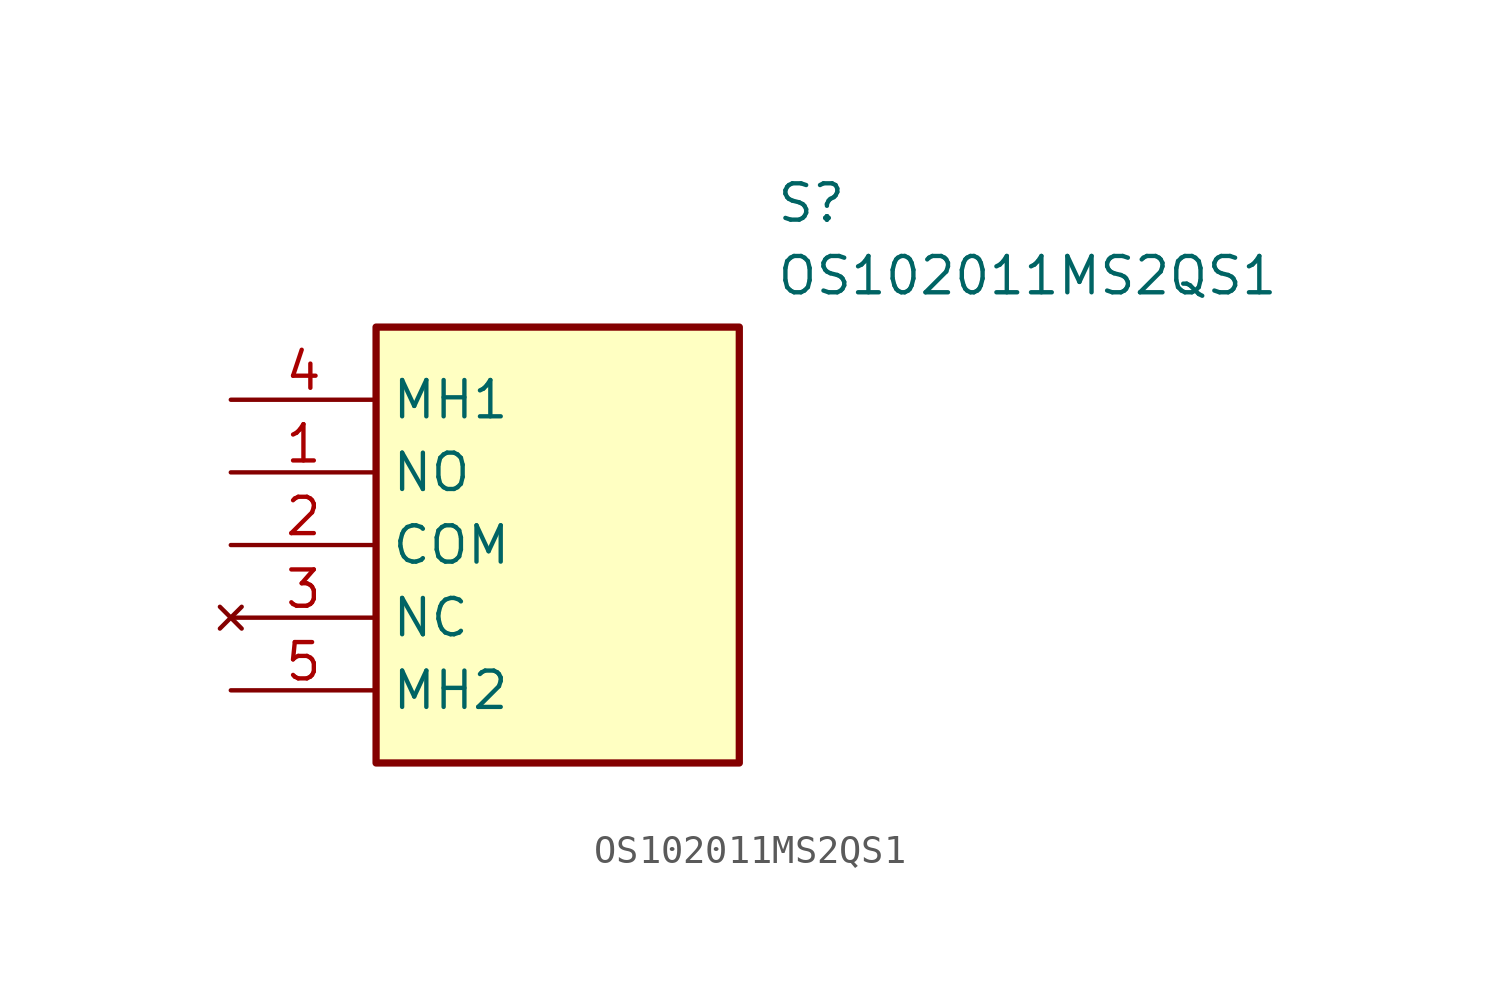
<source format=kicad_sym>
(kicad_symbol_lib
  (version 20211014)
  (generator SamacSys_ECAD_Model)
  (symbol "OS102011MS2QS1"
    (property "Reference" "S"
      (at 19.05 7.62 0)
      (effects (font (size 1.27 1.27)) (justify left top)))
    (property "Value" "OS102011MS2QS1"
      (at 19.05 5.08 0)
      (effects (font (size 1.27 1.27)) (justify left top)))
    (rectangle
      (start 5.08 2.54)
      (end 17.78 -12.7)
      (stroke (width 0.254) (type default))
      (fill (type background)))
    (pin passive line
      (at 0 -2.54 0)
      (length 5.08)
      (name "NO" (effects (font (size 1.27 1.27))))
      (number "1" (effects (font (size 1.27 1.27)))))
    (pin passive line
      (at 0 -5.08 0)
      (length 5.08)
      (name "COM" (effects (font (size 1.27 1.27))))
      (number "2" (effects (font (size 1.27 1.27)))))
    (pin no_connect line
      (at 0 -7.62 0)
      (length 5.08)
      (name "NC" (effects (font (size 1.27 1.27))))
      (number "3" (effects (font (size 1.27 1.27)))))
    (pin passive line
      (at 0 0 0)
      (length 5.08)
      (name "MH1" (effects (font (size 1.27 1.27))))
      (number "4" (effects (font (size 1.27 1.27)))))
    (pin passive line
      (at 0 -10.16 0)
      (length 5.08)
      (name "MH2" (effects (font (size 1.27 1.27))))
      (number "5" (effects (font (size 1.27 1.27)))))))
</source>
